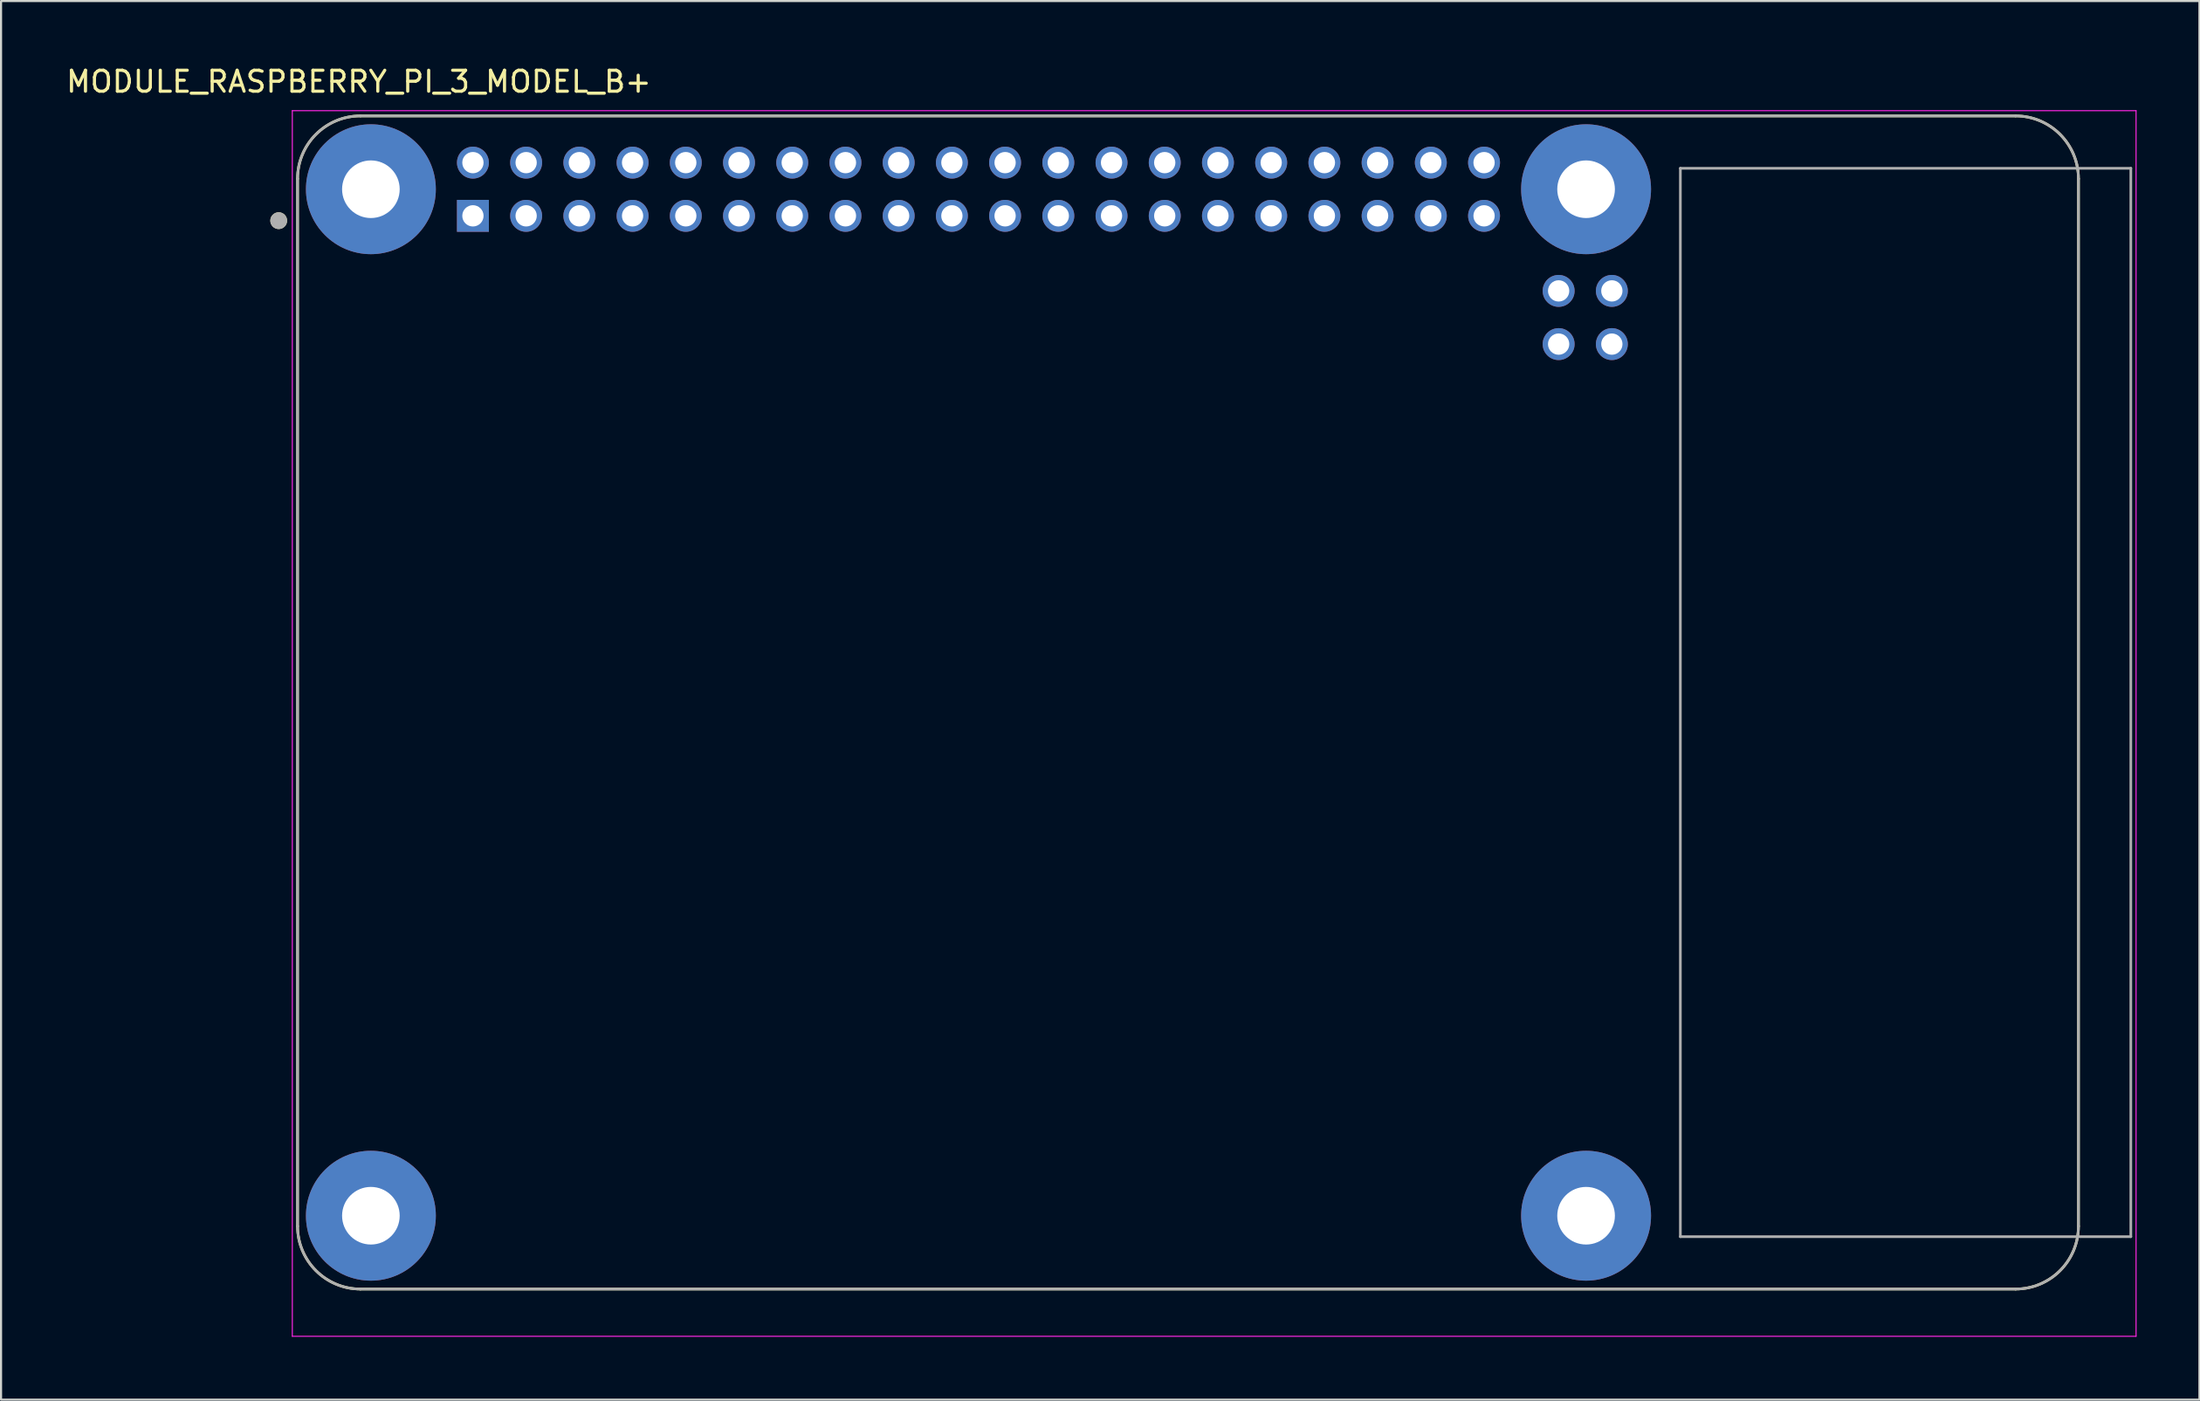
<source format=kicad_pcb>
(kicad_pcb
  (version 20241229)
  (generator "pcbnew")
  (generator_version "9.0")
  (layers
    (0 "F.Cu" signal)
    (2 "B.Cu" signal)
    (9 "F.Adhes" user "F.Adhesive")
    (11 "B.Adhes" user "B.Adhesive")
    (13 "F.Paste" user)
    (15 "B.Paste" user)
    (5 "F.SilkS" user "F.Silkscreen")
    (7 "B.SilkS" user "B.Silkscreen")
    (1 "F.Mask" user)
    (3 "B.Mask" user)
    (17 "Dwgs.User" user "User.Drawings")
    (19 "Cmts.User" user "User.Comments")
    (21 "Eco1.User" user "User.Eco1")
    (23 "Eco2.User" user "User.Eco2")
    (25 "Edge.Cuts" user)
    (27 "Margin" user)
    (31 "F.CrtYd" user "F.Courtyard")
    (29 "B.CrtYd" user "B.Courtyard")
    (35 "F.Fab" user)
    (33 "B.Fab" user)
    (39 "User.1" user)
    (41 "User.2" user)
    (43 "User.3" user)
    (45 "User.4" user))
  (footprint "MODULE_RASPBERRY_PI_3_MODEL_B+"
    (layer "F.Cu")
    (at 53.652 30.483)
    (property "Reference" "MODULE_RASPBERRY_PI_3_MODEL_B+" (at -39.575 -29.635 0) (layer "F.SilkS") (effects (font (size 1 1) (thickness 0.15))))
    (attr through_hole)
    (fp_line (start -42.5 -25) (end -42.5 25) (stroke (width 0.127) (type solid)) (layer "F.SilkS"))
    (fp_line (start -39.5 28) (end 39.5 28) (stroke (width 0.127) (type solid)) (layer "F.SilkS"))
    (fp_line (start 39.5 -28) (end -39.5 -28) (stroke (width 0.127) (type solid)) (layer "F.SilkS"))
    (fp_line (start 42.5 25) (end 42.5 -25) (stroke (width 0.127) (type solid)) (layer "F.SilkS"))
    (fp_arc (start -42.5 -25) (mid -41.62132 -27.12132) (end -39.5 -28) (stroke (width 0.127) (type solid)) (layer "F.SilkS"))
    (fp_arc (start -39.5 28) (mid -41.62132 27.12132) (end -42.5 25) (stroke (width 0.127) (type solid)) (layer "F.SilkS"))
    (fp_arc (start 39.5 -28) (mid 41.62132 -27.12132) (end 42.5 -25) (stroke (width 0.127) (type solid)) (layer "F.SilkS"))
    (fp_arc (start 42.5 25) (mid 41.62132 27.12132) (end 39.5 28) (stroke (width 0.127) (type solid)) (layer "F.SilkS"))
    (fp_circle (center -43.4 -23) (end -43.2 -23) (stroke (width 0.4) (type solid)) (fill no) (layer "F.SilkS"))
    (fp_line (start -42.75 -28.25) (end 45.25 -28.25) (stroke (width 0.05) (type solid)) (layer "F.CrtYd"))
    (fp_line (start -42.75 30.255) (end -42.75 -28.25) (stroke (width 0.05) (type solid)) (layer "F.CrtYd"))
    (fp_line (start 45.25 -28.25) (end 45.25 30.255) (stroke (width 0.05) (type solid)) (layer "F.CrtYd"))
    (fp_line (start 45.25 30.255) (end -42.75 30.255) (stroke (width 0.05) (type solid)) (layer "F.CrtYd"))
    (fp_line (start -42.5 -25) (end -42.5 25) (stroke (width 0.127) (type solid)) (layer "F.Fab"))
    (fp_line (start -39.5 28) (end 39.5 28) (stroke (width 0.127) (type solid)) (layer "F.Fab"))
    (fp_line (start 23.5 -25.5) (end 23.5 25.5) (stroke (width 0.127) (type solid)) (layer "F.Fab"))
    (fp_line (start 23.5 25.5) (end 45 25.5) (stroke (width 0.127) (type solid)) (layer "F.Fab"))
    (fp_line (start 39.5 -28) (end -39.5 -28) (stroke (width 0.127) (type solid)) (layer "F.Fab"))
    (fp_line (start 42.5 25) (end 42.5 -25) (stroke (width 0.127) (type solid)) (layer "F.Fab"))
    (fp_line (start 45 -25.5) (end 23.5 -25.5) (stroke (width 0.127) (type solid)) (layer "F.Fab"))
    (fp_line (start 45 25.5) (end 45 -25.5) (stroke (width 0.127) (type solid)) (layer "F.Fab"))
    (fp_arc (start -42.5 -25) (mid -41.62132 -27.12132) (end -39.5 -28) (stroke (width 0.127) (type solid)) (layer "F.Fab"))
    (fp_arc (start -39.5 28) (mid -41.62132 27.12132) (end -42.5 25) (stroke (width 0.127) (type solid)) (layer "F.Fab"))
    (fp_arc (start 39.5 -28) (mid 41.62132 -27.12132) (end 42.5 -25) (stroke (width 0.127) (type solid)) (layer "F.Fab"))
    (fp_arc (start 42.5 25) (mid 41.62132 27.12132) (end 39.5 28) (stroke (width 0.127) (type solid)) (layer "F.Fab"))
    (fp_circle (center -43.4 -23) (end -43.2 -23) (stroke (width 0.4) (type solid)) (fill no) (layer "F.Fab"))
    (pad "1" thru_hole rect (at -34.13 -23.23) (size 1.524 1.524) (drill 1.016) (layers "*.Cu" "*.Mask"))
    (pad "2" thru_hole circle (at -34.13 -25.77) (size 1.524 1.524) (drill 1.016) (layers "*.Cu" "*.Mask"))
    (pad "3" thru_hole circle (at -31.59 -23.23) (size 1.524 1.524) (drill 1.016) (layers "*.Cu" "*.Mask"))
    (pad "4" thru_hole circle (at -31.59 -25.77) (size 1.524 1.524) (drill 1.016) (layers "*.Cu" "*.Mask"))
    (pad "5" thru_hole circle (at -29.05 -23.23) (size 1.524 1.524) (drill 1.016) (layers "*.Cu" "*.Mask"))
    (pad "6" thru_hole circle (at -29.05 -25.77) (size 1.524 1.524) (drill 1.016) (layers "*.Cu" "*.Mask"))
    (pad "7" thru_hole circle (at -26.51 -23.23) (size 1.524 1.524) (drill 1.016) (layers "*.Cu" "*.Mask"))
    (pad "8" thru_hole circle (at -26.51 -25.77) (size 1.524 1.524) (drill 1.016) (layers "*.Cu" "*.Mask"))
    (pad "9" thru_hole circle (at -23.97 -23.23) (size 1.524 1.524) (drill 1.016) (layers "*.Cu" "*.Mask"))
    (pad "10" thru_hole circle (at -23.97 -25.77) (size 1.524 1.524) (drill 1.016) (layers "*.Cu" "*.Mask"))
    (pad "11" thru_hole circle (at -21.43 -23.23) (size 1.524 1.524) (drill 1.016) (layers "*.Cu" "*.Mask"))
    (pad "12" thru_hole circle (at -21.43 -25.77) (size 1.524 1.524) (drill 1.016) (layers "*.Cu" "*.Mask"))
    (pad "13" thru_hole circle (at -18.89 -23.23) (size 1.524 1.524) (drill 1.016) (layers "*.Cu" "*.Mask"))
    (pad "14" thru_hole circle (at -18.89 -25.77) (size 1.524 1.524) (drill 1.016) (layers "*.Cu" "*.Mask"))
    (pad "15" thru_hole circle (at -16.35 -23.23) (size 1.524 1.524) (drill 1.016) (layers "*.Cu" "*.Mask"))
    (pad "16" thru_hole circle (at -16.35 -25.77) (size 1.524 1.524) (drill 1.016) (layers "*.Cu" "*.Mask"))
    (pad "17" thru_hole circle (at -13.81 -23.23) (size 1.524 1.524) (drill 1.016) (layers "*.Cu" "*.Mask"))
    (pad "18" thru_hole circle (at -13.81 -25.77) (size 1.524 1.524) (drill 1.016) (layers "*.Cu" "*.Mask"))
    (pad "19" thru_hole circle (at -11.27 -23.23) (size 1.524 1.524) (drill 1.016) (layers "*.Cu" "*.Mask"))
    (pad "20" thru_hole circle (at -11.27 -25.77) (size 1.524 1.524) (drill 1.016) (layers "*.Cu" "*.Mask"))
    (pad "21" thru_hole circle (at -8.73 -23.23) (size 1.524 1.524) (drill 1.016) (layers "*.Cu" "*.Mask"))
    (pad "22" thru_hole circle (at -8.73 -25.77) (size 1.524 1.524) (drill 1.016) (layers "*.Cu" "*.Mask"))
    (pad "23" thru_hole circle (at -6.19 -23.23) (size 1.524 1.524) (drill 1.016) (layers "*.Cu" "*.Mask"))
    (pad "24" thru_hole circle (at -6.19 -25.77) (size 1.524 1.524) (drill 1.016) (layers "*.Cu" "*.Mask"))
    (pad "25" thru_hole circle (at -3.65 -23.23) (size 1.524 1.524) (drill 1.016) (layers "*.Cu" "*.Mask"))
    (pad "26" thru_hole circle (at -3.65 -25.77) (size 1.524 1.524) (drill 1.016) (layers "*.Cu" "*.Mask"))
    (pad "27" thru_hole circle (at -1.11 -23.23) (size 1.524 1.524) (drill 1.016) (layers "*.Cu" "*.Mask"))
    (pad "28" thru_hole circle (at -1.11 -25.77) (size 1.524 1.524) (drill 1.016) (layers "*.Cu" "*.Mask"))
    (pad "29" thru_hole circle (at 1.43 -23.23) (size 1.524 1.524) (drill 1.016) (layers "*.Cu" "*.Mask"))
    (pad "30" thru_hole circle (at 1.43 -25.77) (size 1.524 1.524) (drill 1.016) (layers "*.Cu" "*.Mask"))
    (pad "31" thru_hole circle (at 3.97 -23.23) (size 1.524 1.524) (drill 1.016) (layers "*.Cu" "*.Mask"))
    (pad "32" thru_hole circle (at 3.97 -25.77) (size 1.524 1.524) (drill 1.016) (layers "*.Cu" "*.Mask"))
    (pad "33" thru_hole circle (at 6.51 -23.23) (size 1.524 1.524) (drill 1.016) (layers "*.Cu" "*.Mask"))
    (pad "34" thru_hole circle (at 6.51 -25.77) (size 1.524 1.524) (drill 1.016) (layers "*.Cu" "*.Mask"))
    (pad "35" thru_hole circle (at 9.05 -23.23) (size 1.524 1.524) (drill 1.016) (layers "*.Cu" "*.Mask"))
    (pad "36" thru_hole circle (at 9.05 -25.77) (size 1.524 1.524) (drill 1.016) (layers "*.Cu" "*.Mask"))
    (pad "37" thru_hole circle (at 11.59 -23.23) (size 1.524 1.524) (drill 1.016) (layers "*.Cu" "*.Mask"))
    (pad "38" thru_hole circle (at 11.59 -25.77) (size 1.524 1.524) (drill 1.016) (layers "*.Cu" "*.Mask"))
    (pad "39" thru_hole circle (at 14.13 -23.23) (size 1.524 1.524) (drill 1.016) (layers "*.Cu" "*.Mask"))
    (pad "40" thru_hole circle (at 14.13 -25.77) (size 1.524 1.524) (drill 1.016) (layers "*.Cu" "*.Mask"))
    (pad "41" thru_hole circle (at 20.23 -17.107) (size 1.524 1.524) (drill 1.016) (layers "*.Cu" "*.Mask"))
    (pad "42" thru_hole circle (at 20.23 -19.647) (size 1.524 1.524) (drill 1.016) (layers "*.Cu" "*.Mask"))
    (pad "43" thru_hole circle (at 17.69 -17.107) (size 1.524 1.524) (drill 1.016) (layers "*.Cu" "*.Mask"))
    (pad "44" thru_hole circle (at 17.69 -19.647) (size 1.524 1.524) (drill 1.016) (layers "*.Cu" "*.Mask"))
    (pad "S1" thru_hole circle (at -39 -24.5) (size 6.2 6.2) (drill 2.75) (layers "*.Cu" "*.Mask"))
    (pad "S2" thru_hole circle (at 19 -24.5) (size 6.2 6.2) (drill 2.75) (layers "*.Cu" "*.Mask"))
    (pad "S3" thru_hole circle (at 19 24.5) (size 6.2 6.2) (drill 2.75) (layers "*.Cu" "*.Mask"))
    (pad "S4" thru_hole circle (at -39 24.5) (size 6.2 6.2) (drill 2.75) (layers "*.Cu" "*.Mask")))
  (gr_rect
    (start -3 -3)
    (end 101.927 63.763)
    (stroke (width 0.1) (type default))
    (fill no)
    (layer "Edge.Cuts")))
</source>
